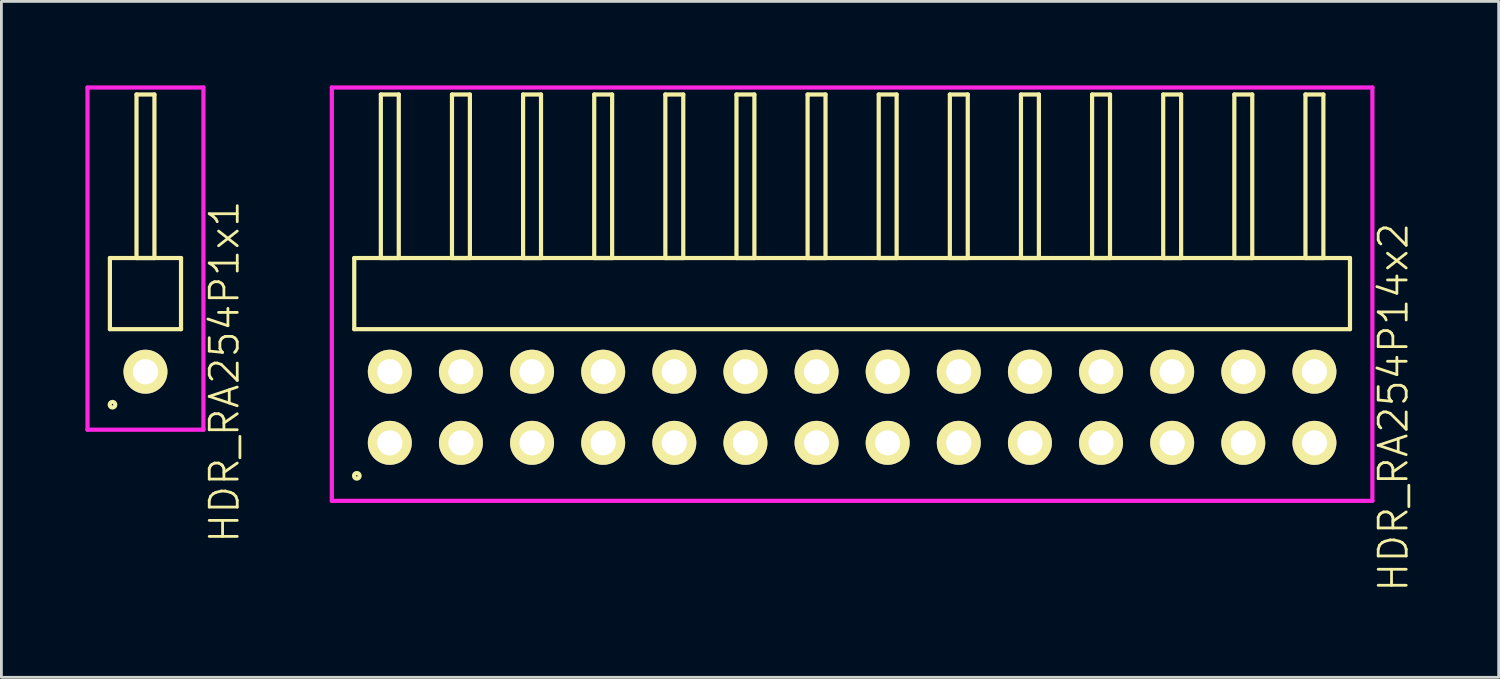
<source format=kicad_pcb>
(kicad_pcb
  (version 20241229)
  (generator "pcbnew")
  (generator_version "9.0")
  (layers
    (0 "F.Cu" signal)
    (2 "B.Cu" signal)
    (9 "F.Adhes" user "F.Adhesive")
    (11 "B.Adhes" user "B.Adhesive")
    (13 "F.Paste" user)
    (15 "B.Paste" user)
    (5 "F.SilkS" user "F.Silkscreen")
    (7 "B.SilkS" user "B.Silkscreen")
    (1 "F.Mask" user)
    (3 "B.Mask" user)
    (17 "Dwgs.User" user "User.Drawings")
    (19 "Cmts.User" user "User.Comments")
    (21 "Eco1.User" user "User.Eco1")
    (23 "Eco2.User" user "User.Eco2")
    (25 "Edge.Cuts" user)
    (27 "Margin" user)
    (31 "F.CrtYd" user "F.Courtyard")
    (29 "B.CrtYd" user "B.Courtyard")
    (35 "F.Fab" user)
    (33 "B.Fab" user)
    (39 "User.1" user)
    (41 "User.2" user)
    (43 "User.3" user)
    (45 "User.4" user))
  (footprint "HDR_RA254P1x1"
    (layer "F.Cu")
    (at 2.145 10.225)
    (property "Reference" "HDR_RA254P1x1" (at 2.82 0 90) (layer "F.SilkS") (effects (font (size 1 1) (thickness 0.1))))
    (attr through_hole)
    (fp_line (start -1.27 -4.06) (end -1.27 -1.52) (stroke (width 0.15) (type solid)) (layer "F.SilkS"))
    (fp_line (start -1.27 -1.52) (end 1.27 -1.52) (stroke (width 0.15) (type solid)) (layer "F.SilkS"))
    (fp_line (start -0.32 -9.9) (end -0.32 -4.06) (stroke (width 0.15) (type solid)) (layer "F.SilkS"))
    (fp_line (start -0.32 -4.06) (end 0.32 -4.06) (stroke (width 0.15) (type solid)) (layer "F.SilkS"))
    (fp_line (start 0.32 -9.9) (end -0.32 -9.9) (stroke (width 0.15) (type solid)) (layer "F.SilkS"))
    (fp_line (start 0.32 -4.06) (end 0.32 -9.9) (stroke (width 0.15) (type solid)) (layer "F.SilkS"))
    (fp_line (start 1.27 -4.06) (end -1.27 -4.06) (stroke (width 0.15) (type solid)) (layer "F.SilkS"))
    (fp_line (start 1.27 -1.52) (end 1.27 -4.06) (stroke (width 0.15) (type solid)) (layer "F.SilkS"))
    (fp_circle (center -1.178 1.178) (end -1.078 1.178) (stroke (width 0.15) (type solid)) (fill no) (layer "F.SilkS"))
    (fp_line (start -2.07 -10.15) (end -2.07 2.07) (stroke (width 0.15) (type solid)) (layer "F.CrtYd"))
    (fp_line (start -2.07 2.07) (end 2.07 2.07) (stroke (width 0.15) (type solid)) (layer "F.CrtYd"))
    (fp_line (start 2.07 -10.15) (end -2.07 -10.15) (stroke (width 0.15) (type solid)) (layer "F.CrtYd"))
    (fp_line (start 2.07 2.07) (end 2.07 -10.15) (stroke (width 0.15) (type solid)) (layer "F.CrtYd"))
    (pad "1" thru_hole oval (at 0 0) (size 1.57 1.57) (drill 0.9) (layers "*.Cu" "*.Mask" "F.SilkS")))
  (footprint "HDR_RA254P14x2"
    (layer "F.Cu")
    (at 27.381 11.495)
    (property "Reference" "HDR_RA254P14x2" (at 19.33 0 90) (layer "F.SilkS") (effects (font (size 1 1) (thickness 0.1))))
    (attr through_hole)
    (fp_line (start -17.78 -5.33) (end -17.78 -2.79) (stroke (width 0.15) (type solid)) (layer "F.SilkS"))
    (fp_line (start -17.78 -2.79) (end 17.78 -2.79) (stroke (width 0.15) (type solid)) (layer "F.SilkS"))
    (fp_line (start -16.83 -11.17) (end -16.83 -5.33) (stroke (width 0.15) (type solid)) (layer "F.SilkS"))
    (fp_line (start -16.83 -5.33) (end -16.19 -5.33) (stroke (width 0.15) (type solid)) (layer "F.SilkS"))
    (fp_line (start -16.19 -11.17) (end -16.83 -11.17) (stroke (width 0.15) (type solid)) (layer "F.SilkS"))
    (fp_line (start -16.19 -5.33) (end -16.19 -11.17) (stroke (width 0.15) (type solid)) (layer "F.SilkS"))
    (fp_line (start -14.29 -11.17) (end -14.29 -5.33) (stroke (width 0.15) (type solid)) (layer "F.SilkS"))
    (fp_line (start -14.29 -5.33) (end -13.65 -5.33) (stroke (width 0.15) (type solid)) (layer "F.SilkS"))
    (fp_line (start -13.65 -11.17) (end -14.29 -11.17) (stroke (width 0.15) (type solid)) (layer "F.SilkS"))
    (fp_line (start -13.65 -5.33) (end -13.65 -11.17) (stroke (width 0.15) (type solid)) (layer "F.SilkS"))
    (fp_line (start -11.75 -11.17) (end -11.75 -5.33) (stroke (width 0.15) (type solid)) (layer "F.SilkS"))
    (fp_line (start -11.75 -5.33) (end -11.11 -5.33) (stroke (width 0.15) (type solid)) (layer "F.SilkS"))
    (fp_line (start -11.11 -11.17) (end -11.75 -11.17) (stroke (width 0.15) (type solid)) (layer "F.SilkS"))
    (fp_line (start -11.11 -5.33) (end -11.11 -11.17) (stroke (width 0.15) (type solid)) (layer "F.SilkS"))
    (fp_line (start -9.21 -11.17) (end -9.21 -5.33) (stroke (width 0.15) (type solid)) (layer "F.SilkS"))
    (fp_line (start -9.21 -5.33) (end -8.57 -5.33) (stroke (width 0.15) (type solid)) (layer "F.SilkS"))
    (fp_line (start -8.57 -11.17) (end -9.21 -11.17) (stroke (width 0.15) (type solid)) (layer "F.SilkS"))
    (fp_line (start -8.57 -5.33) (end -8.57 -11.17) (stroke (width 0.15) (type solid)) (layer "F.SilkS"))
    (fp_line (start -6.67 -11.17) (end -6.67 -5.33) (stroke (width 0.15) (type solid)) (layer "F.SilkS"))
    (fp_line (start -6.67 -5.33) (end -6.03 -5.33) (stroke (width 0.15) (type solid)) (layer "F.SilkS"))
    (fp_line (start -6.03 -11.17) (end -6.67 -11.17) (stroke (width 0.15) (type solid)) (layer "F.SilkS"))
    (fp_line (start -6.03 -5.33) (end -6.03 -11.17) (stroke (width 0.15) (type solid)) (layer "F.SilkS"))
    (fp_line (start -4.13 -11.17) (end -4.13 -5.33) (stroke (width 0.15) (type solid)) (layer "F.SilkS"))
    (fp_line (start -4.13 -5.33) (end -3.49 -5.33) (stroke (width 0.15) (type solid)) (layer "F.SilkS"))
    (fp_line (start -3.49 -11.17) (end -4.13 -11.17) (stroke (width 0.15) (type solid)) (layer "F.SilkS"))
    (fp_line (start -3.49 -5.33) (end -3.49 -11.17) (stroke (width 0.15) (type solid)) (layer "F.SilkS"))
    (fp_line (start -1.59 -11.17) (end -1.59 -5.33) (stroke (width 0.15) (type solid)) (layer "F.SilkS"))
    (fp_line (start -1.59 -5.33) (end -0.95 -5.33) (stroke (width 0.15) (type solid)) (layer "F.SilkS"))
    (fp_line (start -0.95 -11.17) (end -1.59 -11.17) (stroke (width 0.15) (type solid)) (layer "F.SilkS"))
    (fp_line (start -0.95 -5.33) (end -0.95 -11.17) (stroke (width 0.15) (type solid)) (layer "F.SilkS"))
    (fp_line (start 0.95 -11.17) (end 0.95 -5.33) (stroke (width 0.15) (type solid)) (layer "F.SilkS"))
    (fp_line (start 0.95 -5.33) (end 1.59 -5.33) (stroke (width 0.15) (type solid)) (layer "F.SilkS"))
    (fp_line (start 1.59 -11.17) (end 0.95 -11.17) (stroke (width 0.15) (type solid)) (layer "F.SilkS"))
    (fp_line (start 1.59 -5.33) (end 1.59 -11.17) (stroke (width 0.15) (type solid)) (layer "F.SilkS"))
    (fp_line (start 3.49 -11.17) (end 3.49 -5.33) (stroke (width 0.15) (type solid)) (layer "F.SilkS"))
    (fp_line (start 3.49 -5.33) (end 4.13 -5.33) (stroke (width 0.15) (type solid)) (layer "F.SilkS"))
    (fp_line (start 4.13 -11.17) (end 3.49 -11.17) (stroke (width 0.15) (type solid)) (layer "F.SilkS"))
    (fp_line (start 4.13 -5.33) (end 4.13 -11.17) (stroke (width 0.15) (type solid)) (layer "F.SilkS"))
    (fp_line (start 6.03 -11.17) (end 6.03 -5.33) (stroke (width 0.15) (type solid)) (layer "F.SilkS"))
    (fp_line (start 6.03 -5.33) (end 6.67 -5.33) (stroke (width 0.15) (type solid)) (layer "F.SilkS"))
    (fp_line (start 6.67 -11.17) (end 6.03 -11.17) (stroke (width 0.15) (type solid)) (layer "F.SilkS"))
    (fp_line (start 6.67 -5.33) (end 6.67 -11.17) (stroke (width 0.15) (type solid)) (layer "F.SilkS"))
    (fp_line (start 8.57 -11.17) (end 8.57 -5.33) (stroke (width 0.15) (type solid)) (layer "F.SilkS"))
    (fp_line (start 8.57 -5.33) (end 9.21 -5.33) (stroke (width 0.15) (type solid)) (layer "F.SilkS"))
    (fp_line (start 9.21 -11.17) (end 8.57 -11.17) (stroke (width 0.15) (type solid)) (layer "F.SilkS"))
    (fp_line (start 9.21 -5.33) (end 9.21 -11.17) (stroke (width 0.15) (type solid)) (layer "F.SilkS"))
    (fp_line (start 11.11 -11.17) (end 11.11 -5.33) (stroke (width 0.15) (type solid)) (layer "F.SilkS"))
    (fp_line (start 11.11 -5.33) (end 11.75 -5.33) (stroke (width 0.15) (type solid)) (layer "F.SilkS"))
    (fp_line (start 11.75 -11.17) (end 11.11 -11.17) (stroke (width 0.15) (type solid)) (layer "F.SilkS"))
    (fp_line (start 11.75 -5.33) (end 11.75 -11.17) (stroke (width 0.15) (type solid)) (layer "F.SilkS"))
    (fp_line (start 13.65 -11.17) (end 13.65 -5.33) (stroke (width 0.15) (type solid)) (layer "F.SilkS"))
    (fp_line (start 13.65 -5.33) (end 14.29 -5.33) (stroke (width 0.15) (type solid)) (layer "F.SilkS"))
    (fp_line (start 14.29 -11.17) (end 13.65 -11.17) (stroke (width 0.15) (type solid)) (layer "F.SilkS"))
    (fp_line (start 14.29 -5.33) (end 14.29 -11.17) (stroke (width 0.15) (type solid)) (layer "F.SilkS"))
    (fp_line (start 16.19 -11.17) (end 16.19 -5.33) (stroke (width 0.15) (type solid)) (layer "F.SilkS"))
    (fp_line (start 16.19 -5.33) (end 16.83 -5.33) (stroke (width 0.15) (type solid)) (layer "F.SilkS"))
    (fp_line (start 16.83 -11.17) (end 16.19 -11.17) (stroke (width 0.15) (type solid)) (layer "F.SilkS"))
    (fp_line (start 16.83 -5.33) (end 16.83 -11.17) (stroke (width 0.15) (type solid)) (layer "F.SilkS"))
    (fp_line (start 17.78 -5.33) (end -17.78 -5.33) (stroke (width 0.15) (type solid)) (layer "F.SilkS"))
    (fp_line (start 17.78 -2.79) (end 17.78 -5.33) (stroke (width 0.15) (type solid)) (layer "F.SilkS"))
    (fp_circle (center -17.688 2.448) (end -17.588 2.448) (stroke (width 0.15) (type solid)) (fill no) (layer "F.SilkS"))
    (fp_line (start -18.58 -11.42) (end -18.58 3.34) (stroke (width 0.15) (type solid)) (layer "F.CrtYd"))
    (fp_line (start -18.58 3.34) (end 18.58 3.34) (stroke (width 0.15) (type solid)) (layer "F.CrtYd"))
    (fp_line (start 18.58 -11.42) (end -18.58 -11.42) (stroke (width 0.15) (type solid)) (layer "F.CrtYd"))
    (fp_line (start 18.58 3.34) (end 18.58 -11.42) (stroke (width 0.15) (type solid)) (layer "F.CrtYd"))
    (pad "1" thru_hole oval (at -16.51 1.27) (size 1.57 1.57) (drill 0.9) (layers "*.Cu" "*.Mask" "F.SilkS"))
    (pad "2" thru_hole oval (at -16.51 -1.27) (size 1.57 1.57) (drill 0.9) (layers "*.Cu" "*.Mask" "F.SilkS"))
    (pad "3" thru_hole oval (at -13.97 1.27) (size 1.57 1.57) (drill 0.9) (layers "*.Cu" "*.Mask" "F.SilkS"))
    (pad "4" thru_hole oval (at -13.97 -1.27) (size 1.57 1.57) (drill 0.9) (layers "*.Cu" "*.Mask" "F.SilkS"))
    (pad "5" thru_hole oval (at -11.43 1.27) (size 1.57 1.57) (drill 0.9) (layers "*.Cu" "*.Mask" "F.SilkS"))
    (pad "6" thru_hole oval (at -11.43 -1.27) (size 1.57 1.57) (drill 0.9) (layers "*.Cu" "*.Mask" "F.SilkS"))
    (pad "7" thru_hole oval (at -8.89 1.27) (size 1.57 1.57) (drill 0.9) (layers "*.Cu" "*.Mask" "F.SilkS"))
    (pad "8" thru_hole oval (at -8.89 -1.27) (size 1.57 1.57) (drill 0.9) (layers "*.Cu" "*.Mask" "F.SilkS"))
    (pad "9" thru_hole oval (at -6.35 1.27) (size 1.57 1.57) (drill 0.9) (layers "*.Cu" "*.Mask" "F.SilkS"))
    (pad "10" thru_hole oval (at -6.35 -1.27) (size 1.57 1.57) (drill 0.9) (layers "*.Cu" "*.Mask" "F.SilkS"))
    (pad "11" thru_hole oval (at -3.81 1.27) (size 1.57 1.57) (drill 0.9) (layers "*.Cu" "*.Mask" "F.SilkS"))
    (pad "12" thru_hole oval (at -3.81 -1.27) (size 1.57 1.57) (drill 0.9) (layers "*.Cu" "*.Mask" "F.SilkS"))
    (pad "13" thru_hole oval (at -1.27 1.27) (size 1.57 1.57) (drill 0.9) (layers "*.Cu" "*.Mask" "F.SilkS"))
    (pad "14" thru_hole oval (at -1.27 -1.27) (size 1.57 1.57) (drill 0.9) (layers "*.Cu" "*.Mask" "F.SilkS"))
    (pad "15" thru_hole oval (at 1.27 1.27) (size 1.57 1.57) (drill 0.9) (layers "*.Cu" "*.Mask" "F.SilkS"))
    (pad "16" thru_hole oval (at 1.27 -1.27) (size 1.57 1.57) (drill 0.9) (layers "*.Cu" "*.Mask" "F.SilkS"))
    (pad "17" thru_hole oval (at 3.81 1.27) (size 1.57 1.57) (drill 0.9) (layers "*.Cu" "*.Mask" "F.SilkS"))
    (pad "18" thru_hole oval (at 3.81 -1.27) (size 1.57 1.57) (drill 0.9) (layers "*.Cu" "*.Mask" "F.SilkS"))
    (pad "19" thru_hole oval (at 6.35 1.27) (size 1.57 1.57) (drill 0.9) (layers "*.Cu" "*.Mask" "F.SilkS"))
    (pad "20" thru_hole oval (at 6.35 -1.27) (size 1.57 1.57) (drill 0.9) (layers "*.Cu" "*.Mask" "F.SilkS"))
    (pad "21" thru_hole oval (at 8.89 1.27) (size 1.57 1.57) (drill 0.9) (layers "*.Cu" "*.Mask" "F.SilkS"))
    (pad "22" thru_hole oval (at 8.89 -1.27) (size 1.57 1.57) (drill 0.9) (layers "*.Cu" "*.Mask" "F.SilkS"))
    (pad "23" thru_hole oval (at 11.43 1.27) (size 1.57 1.57) (drill 0.9) (layers "*.Cu" "*.Mask" "F.SilkS"))
    (pad "24" thru_hole oval (at 11.43 -1.27) (size 1.57 1.57) (drill 0.9) (layers "*.Cu" "*.Mask" "F.SilkS"))
    (pad "25" thru_hole oval (at 13.97 1.27) (size 1.57 1.57) (drill 0.9) (layers "*.Cu" "*.Mask" "F.SilkS"))
    (pad "26" thru_hole oval (at 13.97 -1.27) (size 1.57 1.57) (drill 0.9) (layers "*.Cu" "*.Mask" "F.SilkS"))
    (pad "27" thru_hole oval (at 16.51 1.27) (size 1.57 1.57) (drill 0.9) (layers "*.Cu" "*.Mask" "F.SilkS"))
    (pad "28" thru_hole oval (at 16.51 -1.27) (size 1.57 1.57) (drill 0.9) (layers "*.Cu" "*.Mask" "F.SilkS")))
  (gr_rect
    (start -3 -3)
    (end 50.471 21.14)
    (stroke (width 0.1) (type default))
    (fill no)
    (layer "Edge.Cuts")))
</source>
